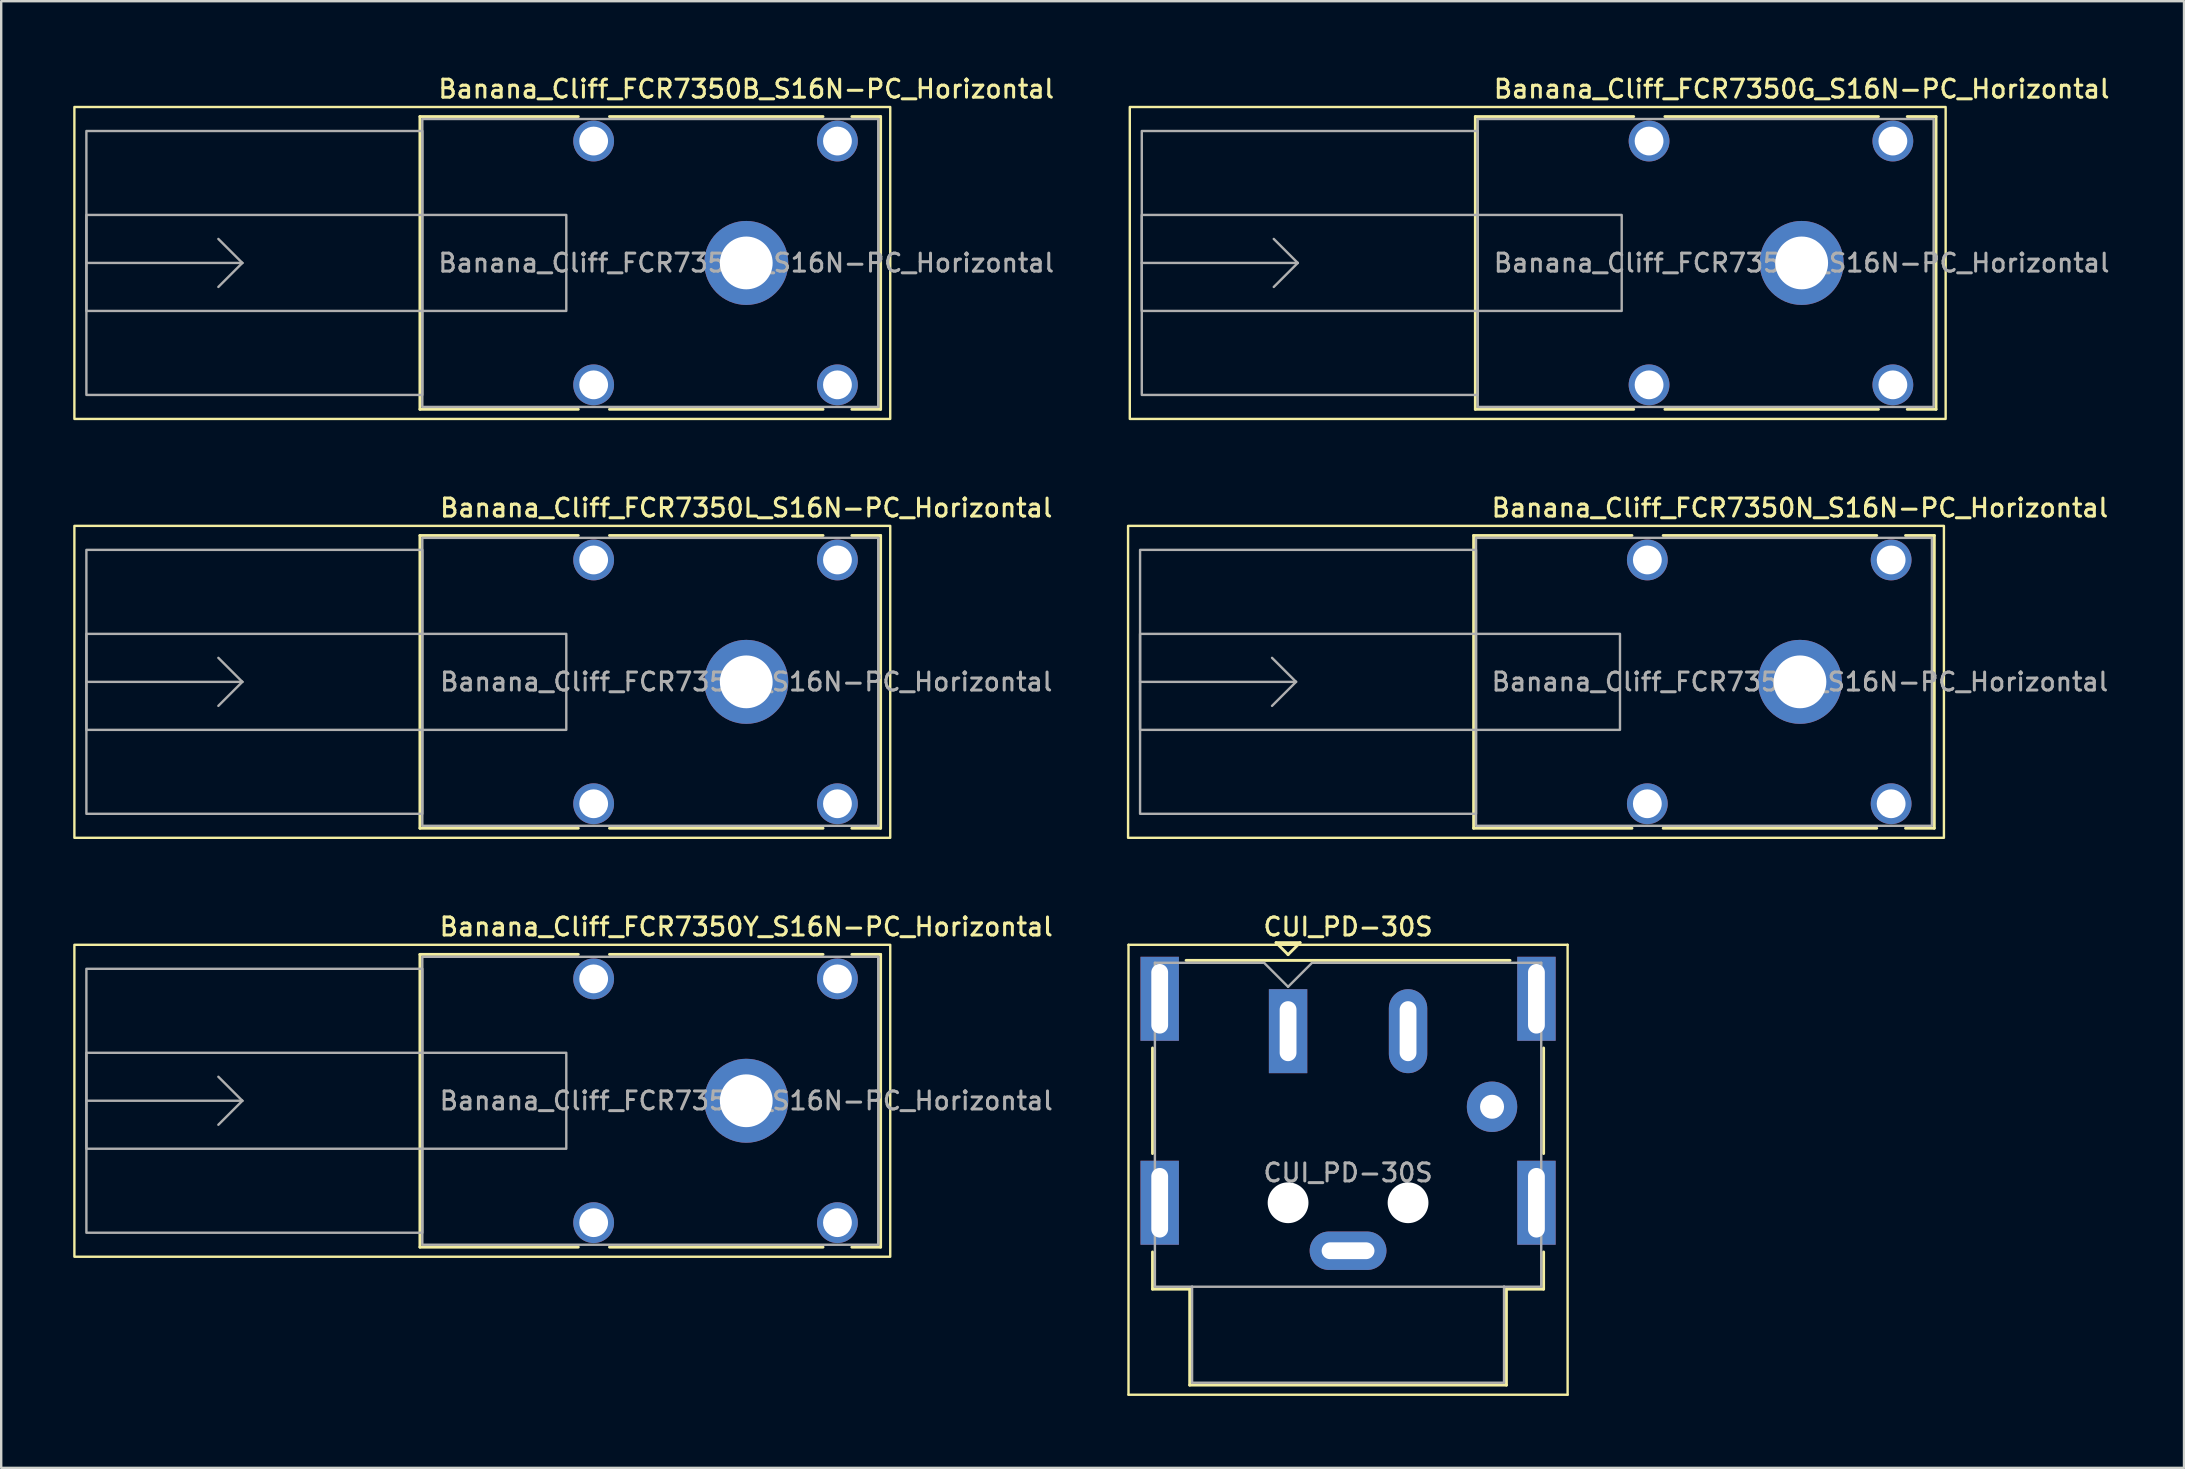
<source format=kicad_pcb>
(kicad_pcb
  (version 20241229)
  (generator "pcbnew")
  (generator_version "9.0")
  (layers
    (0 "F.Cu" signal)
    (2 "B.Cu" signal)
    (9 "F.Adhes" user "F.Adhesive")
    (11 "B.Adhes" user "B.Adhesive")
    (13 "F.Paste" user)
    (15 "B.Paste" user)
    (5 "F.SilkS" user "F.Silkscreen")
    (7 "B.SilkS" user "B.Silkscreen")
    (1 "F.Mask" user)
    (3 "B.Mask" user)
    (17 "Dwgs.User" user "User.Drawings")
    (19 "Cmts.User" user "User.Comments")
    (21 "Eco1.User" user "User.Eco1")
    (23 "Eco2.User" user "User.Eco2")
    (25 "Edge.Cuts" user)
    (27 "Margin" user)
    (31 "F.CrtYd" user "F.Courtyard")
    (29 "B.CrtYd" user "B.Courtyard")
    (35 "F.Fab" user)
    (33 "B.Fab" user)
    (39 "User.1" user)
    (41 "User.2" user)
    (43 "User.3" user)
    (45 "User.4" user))
  (footprint "Banana_Cliff_FCR7350G_S16N-PC_Horizontal"
    (layer "F.Cu")
    (at 72.034 7.908)
    (property "Reference" "Banana_Cliff_FCR7350G_S16N-PC_Horizontal" (at 0 -7.25 0) (layer "F.SilkS") (effects (font (size 0.75 0.75) (thickness 0.125))))
    (attr through_hole)
    (fp_line (start -13.6 -6.1) (end -13.6 6.1) (stroke (width 0.12) (type solid)) (layer "F.SilkS"))
    (fp_line (start -13.6 6.1) (end -7 6.1) (stroke (width 0.12) (type solid)) (layer "F.SilkS"))
    (fp_line (start -7 -6.1) (end -13.6 -6.1) (stroke (width 0.12) (type solid)) (layer "F.SilkS"))
    (fp_line (start -5.7 6.1) (end 3.2 6.1) (stroke (width 0.12) (type solid)) (layer "F.SilkS"))
    (fp_line (start 3.2 -6.1) (end -5.7 -6.1) (stroke (width 0.12) (type solid)) (layer "F.SilkS"))
    (fp_line (start 4.4 6.1) (end 5.6 6.1) (stroke (width 0.12) (type solid)) (layer "F.SilkS"))
    (fp_line (start 5.6 -6.1) (end 4.4 -6.1) (stroke (width 0.12) (type solid)) (layer "F.SilkS"))
    (fp_line (start 5.6 6.1) (end 5.6 -6.1) (stroke (width 0.12) (type solid)) (layer "F.SilkS"))
    (fp_rect (start 6 6.5) (end -28 -6.5) (stroke (width 0.1) (type solid)) (fill no) (layer "F.SilkS"))
    (fp_line (start -27.5 0) (end -21 0) (stroke (width 0.1) (type solid)) (layer "F.Fab"))
    (fp_line (start -21 0) (end -22 -1) (stroke (width 0.1) (type solid)) (layer "F.Fab"))
    (fp_line (start -21 0) (end -22 1) (stroke (width 0.1) (type solid)) (layer "F.Fab"))
    (fp_rect (start -27.5 -2) (end -7.5 2) (stroke (width 0.1) (type solid)) (fill no) (layer "F.Fab"))
    (fp_rect (start -13.5 -6) (end 5.5 6) (stroke (width 0.1) (type solid)) (fill no) (layer "F.Fab"))
    (fp_rect (start -13.5 -5.5) (end -27.5 5.5) (stroke (width 0.1) (type solid)) (fill no) (layer "F.Fab"))
    (fp_text user "${REFERENCE}" (at 0 0 0) (layer "F.Fab") (effects (font (size 0.75 0.75) (thickness 0.125))))
    (pad "" np_thru_hole circle (at -6.36 -5.08) (size 1.7 1.7) (drill 1.2) (layers "*.Cu" "*.Mask"))
    (pad "" np_thru_hole circle (at -6.36 5.08) (size 1.7 1.7) (drill 1.2) (layers "*.Cu" "*.Mask"))
    (pad "" np_thru_hole circle (at 3.8 -5.08) (size 1.7 1.7) (drill 1.2) (layers "*.Cu" "*.Mask"))
    (pad "" np_thru_hole circle (at 3.8 5.08) (size 1.7 1.7) (drill 1.2) (layers "*.Cu" "*.Mask"))
    (pad "1" thru_hole circle (at 0 0) (size 3.5 3.5) (drill 2.2) (layers "*.Cu" "*.Mask")))
  (footprint "Banana_Cliff_FCR7350L_S16N-PC_Horizontal"
    (layer "F.Cu")
    (at 28.05 25.366)
    (property "Reference" "Banana_Cliff_FCR7350L_S16N-PC_Horizontal" (at 0 -7.25 0) (layer "F.SilkS") (effects (font (size 0.75 0.75) (thickness 0.125))))
    (attr through_hole)
    (fp_line (start -13.6 -6.1) (end -13.6 6.1) (stroke (width 0.12) (type solid)) (layer "F.SilkS"))
    (fp_line (start -13.6 6.1) (end -7 6.1) (stroke (width 0.12) (type solid)) (layer "F.SilkS"))
    (fp_line (start -7 -6.1) (end -13.6 -6.1) (stroke (width 0.12) (type solid)) (layer "F.SilkS"))
    (fp_line (start -5.7 6.1) (end 3.2 6.1) (stroke (width 0.12) (type solid)) (layer "F.SilkS"))
    (fp_line (start 3.2 -6.1) (end -5.7 -6.1) (stroke (width 0.12) (type solid)) (layer "F.SilkS"))
    (fp_line (start 4.4 6.1) (end 5.6 6.1) (stroke (width 0.12) (type solid)) (layer "F.SilkS"))
    (fp_line (start 5.6 -6.1) (end 4.4 -6.1) (stroke (width 0.12) (type solid)) (layer "F.SilkS"))
    (fp_line (start 5.6 6.1) (end 5.6 -6.1) (stroke (width 0.12) (type solid)) (layer "F.SilkS"))
    (fp_rect (start 6 6.5) (end -28 -6.5) (stroke (width 0.1) (type solid)) (fill no) (layer "F.SilkS"))
    (fp_line (start -27.5 0) (end -21 0) (stroke (width 0.1) (type solid)) (layer "F.Fab"))
    (fp_line (start -21 0) (end -22 -1) (stroke (width 0.1) (type solid)) (layer "F.Fab"))
    (fp_line (start -21 0) (end -22 1) (stroke (width 0.1) (type solid)) (layer "F.Fab"))
    (fp_rect (start -27.5 -2) (end -7.5 2) (stroke (width 0.1) (type solid)) (fill no) (layer "F.Fab"))
    (fp_rect (start -13.5 -6) (end 5.5 6) (stroke (width 0.1) (type solid)) (fill no) (layer "F.Fab"))
    (fp_rect (start -13.5 -5.5) (end -27.5 5.5) (stroke (width 0.1) (type solid)) (fill no) (layer "F.Fab"))
    (fp_text user "${REFERENCE}" (at 0 0 0) (layer "F.Fab") (effects (font (size 0.75 0.75) (thickness 0.125))))
    (pad "" np_thru_hole circle (at -6.36 -5.08) (size 1.7 1.7) (drill 1.2) (layers "*.Cu" "*.Mask"))
    (pad "" np_thru_hole circle (at -6.36 5.08) (size 1.7 1.7) (drill 1.2) (layers "*.Cu" "*.Mask"))
    (pad "" np_thru_hole circle (at 3.8 -5.08) (size 1.7 1.7) (drill 1.2) (layers "*.Cu" "*.Mask"))
    (pad "" np_thru_hole circle (at 3.8 5.08) (size 1.7 1.7) (drill 1.2) (layers "*.Cu" "*.Mask"))
    (pad "1" thru_hole circle (at 0 0) (size 3.5 3.5) (drill 2.2) (layers "*.Cu" "*.Mask")))
  (footprint "Banana_Cliff_FCR7350N_S16N-PC_Horizontal"
    (layer "F.Cu")
    (at 71.962 25.366)
    (property "Reference" "Banana_Cliff_FCR7350N_S16N-PC_Horizontal" (at 0 -7.25 0) (layer "F.SilkS") (effects (font (size 0.75 0.75) (thickness 0.125))))
    (attr through_hole)
    (fp_line (start -13.6 -6.1) (end -13.6 6.1) (stroke (width 0.12) (type solid)) (layer "F.SilkS"))
    (fp_line (start -13.6 6.1) (end -7 6.1) (stroke (width 0.12) (type solid)) (layer "F.SilkS"))
    (fp_line (start -7 -6.1) (end -13.6 -6.1) (stroke (width 0.12) (type solid)) (layer "F.SilkS"))
    (fp_line (start -5.7 6.1) (end 3.2 6.1) (stroke (width 0.12) (type solid)) (layer "F.SilkS"))
    (fp_line (start 3.2 -6.1) (end -5.7 -6.1) (stroke (width 0.12) (type solid)) (layer "F.SilkS"))
    (fp_line (start 4.4 6.1) (end 5.6 6.1) (stroke (width 0.12) (type solid)) (layer "F.SilkS"))
    (fp_line (start 5.6 -6.1) (end 4.4 -6.1) (stroke (width 0.12) (type solid)) (layer "F.SilkS"))
    (fp_line (start 5.6 6.1) (end 5.6 -6.1) (stroke (width 0.12) (type solid)) (layer "F.SilkS"))
    (fp_rect (start 6 6.5) (end -28 -6.5) (stroke (width 0.1) (type solid)) (fill no) (layer "F.SilkS"))
    (fp_line (start -27.5 0) (end -21 0) (stroke (width 0.1) (type solid)) (layer "F.Fab"))
    (fp_line (start -21 0) (end -22 -1) (stroke (width 0.1) (type solid)) (layer "F.Fab"))
    (fp_line (start -21 0) (end -22 1) (stroke (width 0.1) (type solid)) (layer "F.Fab"))
    (fp_rect (start -27.5 -2) (end -7.5 2) (stroke (width 0.1) (type solid)) (fill no) (layer "F.Fab"))
    (fp_rect (start -13.5 -6) (end 5.5 6) (stroke (width 0.1) (type solid)) (fill no) (layer "F.Fab"))
    (fp_rect (start -13.5 -5.5) (end -27.5 5.5) (stroke (width 0.1) (type solid)) (fill no) (layer "F.Fab"))
    (fp_text user "${REFERENCE}" (at 0 0 0) (layer "F.Fab") (effects (font (size 0.75 0.75) (thickness 0.125))))
    (pad "" np_thru_hole circle (at -6.36 -5.08) (size 1.7 1.7) (drill 1.2) (layers "*.Cu" "*.Mask"))
    (pad "" np_thru_hole circle (at -6.36 5.08) (size 1.7 1.7) (drill 1.2) (layers "*.Cu" "*.Mask"))
    (pad "" np_thru_hole circle (at 3.8 -5.08) (size 1.7 1.7) (drill 1.2) (layers "*.Cu" "*.Mask"))
    (pad "" np_thru_hole circle (at 3.8 5.08) (size 1.7 1.7) (drill 1.2) (layers "*.Cu" "*.Mask"))
    (pad "1" thru_hole circle (at 0 0) (size 3.5 3.5) (drill 2.2) (layers "*.Cu" "*.Mask")))
  (footprint "Banana_Cliff_FCR7350B_S16N-PC_Horizontal"
    (layer "F.Cu")
    (at 28.05 7.908)
    (property "Reference" "Banana_Cliff_FCR7350B_S16N-PC_Horizontal" (at 0 -7.25 0) (layer "F.SilkS") (effects (font (size 0.75 0.75) (thickness 0.125))))
    (attr through_hole)
    (fp_line (start -13.6 -6.1) (end -13.6 6.1) (stroke (width 0.12) (type solid)) (layer "F.SilkS"))
    (fp_line (start -13.6 6.1) (end -7 6.1) (stroke (width 0.12) (type solid)) (layer "F.SilkS"))
    (fp_line (start -7 -6.1) (end -13.6 -6.1) (stroke (width 0.12) (type solid)) (layer "F.SilkS"))
    (fp_line (start -5.7 6.1) (end 3.2 6.1) (stroke (width 0.12) (type solid)) (layer "F.SilkS"))
    (fp_line (start 3.2 -6.1) (end -5.7 -6.1) (stroke (width 0.12) (type solid)) (layer "F.SilkS"))
    (fp_line (start 4.4 6.1) (end 5.6 6.1) (stroke (width 0.12) (type solid)) (layer "F.SilkS"))
    (fp_line (start 5.6 -6.1) (end 4.4 -6.1) (stroke (width 0.12) (type solid)) (layer "F.SilkS"))
    (fp_line (start 5.6 6.1) (end 5.6 -6.1) (stroke (width 0.12) (type solid)) (layer "F.SilkS"))
    (fp_rect (start 6 6.5) (end -28 -6.5) (stroke (width 0.1) (type solid)) (fill no) (layer "F.SilkS"))
    (fp_line (start -27.5 0) (end -21 0) (stroke (width 0.1) (type solid)) (layer "F.Fab"))
    (fp_line (start -21 0) (end -22 -1) (stroke (width 0.1) (type solid)) (layer "F.Fab"))
    (fp_line (start -21 0) (end -22 1) (stroke (width 0.1) (type solid)) (layer "F.Fab"))
    (fp_rect (start -27.5 -2) (end -7.5 2) (stroke (width 0.1) (type solid)) (fill no) (layer "F.Fab"))
    (fp_rect (start -13.5 -6) (end 5.5 6) (stroke (width 0.1) (type solid)) (fill no) (layer "F.Fab"))
    (fp_rect (start -13.5 -5.5) (end -27.5 5.5) (stroke (width 0.1) (type solid)) (fill no) (layer "F.Fab"))
    (fp_text user "${REFERENCE}" (at 0 0 0) (layer "F.Fab") (effects (font (size 0.75 0.75) (thickness 0.125))))
    (pad "" np_thru_hole circle (at -6.36 -5.08) (size 1.7 1.7) (drill 1.2) (layers "*.Cu" "*.Mask"))
    (pad "" np_thru_hole circle (at -6.36 5.08) (size 1.7 1.7) (drill 1.2) (layers "*.Cu" "*.Mask"))
    (pad "" np_thru_hole circle (at 3.8 -5.08) (size 1.7 1.7) (drill 1.2) (layers "*.Cu" "*.Mask"))
    (pad "" np_thru_hole circle (at 3.8 5.08) (size 1.7 1.7) (drill 1.2) (layers "*.Cu" "*.Mask"))
    (pad "1" thru_hole circle (at 0 0) (size 3.5 3.5) (drill 2.2) (layers "*.Cu" "*.Mask")))
  (footprint "Banana_Cliff_FCR7350Y_S16N-PC_Horizontal"
    (layer "F.Cu")
    (at 28.05 42.824)
    (property "Reference" "Banana_Cliff_FCR7350Y_S16N-PC_Horizontal" (at 0 -7.25 0) (layer "F.SilkS") (effects (font (size 0.75 0.75) (thickness 0.125))))
    (attr through_hole)
    (fp_line (start -13.6 -6.1) (end -13.6 6.1) (stroke (width 0.12) (type solid)) (layer "F.SilkS"))
    (fp_line (start -13.6 6.1) (end -7 6.1) (stroke (width 0.12) (type solid)) (layer "F.SilkS"))
    (fp_line (start -7 -6.1) (end -13.6 -6.1) (stroke (width 0.12) (type solid)) (layer "F.SilkS"))
    (fp_line (start -5.7 6.1) (end 3.2 6.1) (stroke (width 0.12) (type solid)) (layer "F.SilkS"))
    (fp_line (start 3.2 -6.1) (end -5.7 -6.1) (stroke (width 0.12) (type solid)) (layer "F.SilkS"))
    (fp_line (start 4.4 6.1) (end 5.6 6.1) (stroke (width 0.12) (type solid)) (layer "F.SilkS"))
    (fp_line (start 5.6 -6.1) (end 4.4 -6.1) (stroke (width 0.12) (type solid)) (layer "F.SilkS"))
    (fp_line (start 5.6 6.1) (end 5.6 -6.1) (stroke (width 0.12) (type solid)) (layer "F.SilkS"))
    (fp_rect (start 6 6.5) (end -28 -6.5) (stroke (width 0.1) (type solid)) (fill no) (layer "F.SilkS"))
    (fp_line (start -27.5 0) (end -21 0) (stroke (width 0.1) (type solid)) (layer "F.Fab"))
    (fp_line (start -21 0) (end -22 -1) (stroke (width 0.1) (type solid)) (layer "F.Fab"))
    (fp_line (start -21 0) (end -22 1) (stroke (width 0.1) (type solid)) (layer "F.Fab"))
    (fp_rect (start -27.5 -2) (end -7.5 2) (stroke (width 0.1) (type solid)) (fill no) (layer "F.Fab"))
    (fp_rect (start -13.5 -6) (end 5.5 6) (stroke (width 0.1) (type solid)) (fill no) (layer "F.Fab"))
    (fp_rect (start -13.5 -5.5) (end -27.5 5.5) (stroke (width 0.1) (type solid)) (fill no) (layer "F.Fab"))
    (fp_text user "${REFERENCE}" (at 0 0 0) (layer "F.Fab") (effects (font (size 0.75 0.75) (thickness 0.125))))
    (pad "" np_thru_hole circle (at -6.36 -5.08) (size 1.7 1.7) (drill 1.2) (layers "*.Cu" "*.Mask"))
    (pad "" np_thru_hole circle (at -6.36 5.08) (size 1.7 1.7) (drill 1.2) (layers "*.Cu" "*.Mask"))
    (pad "" np_thru_hole circle (at 3.8 -5.08) (size 1.7 1.7) (drill 1.2) (layers "*.Cu" "*.Mask"))
    (pad "" np_thru_hole circle (at 3.8 5.08) (size 1.7 1.7) (drill 1.2) (layers "*.Cu" "*.Mask"))
    (pad "1" thru_hole circle (at 0 0) (size 3.5 3.5) (drill 2.2) (layers "*.Cu" "*.Mask")))
  (footprint "CUI_PD-30S"
    (layer "F.Cu")
    (at 50.63 39.924)
    (property "Reference" "CUI_PD-30S" (at 2.5 -4.35 0) (layer "F.SilkS") (effects (font (size 0.75 0.75) (thickness 0.125))))
    (attr through_hole)
    (fp_line (start -6.65 -3.6) (end 11.65 -3.6) (stroke (width 0.1) (type solid)) (layer "F.SilkS"))
    (fp_line (start -6.65 15.15) (end -6.65 -3.6) (stroke (width 0.1) (type solid)) (layer "F.SilkS"))
    (fp_line (start -5.65 5.1) (end -5.65 0.7) (stroke (width 0.12) (type solid)) (layer "F.SilkS"))
    (fp_line (start -5.65 10.75) (end -5.65 9.2) (stroke (width 0.12) (type solid)) (layer "F.SilkS"))
    (fp_line (start -4.25 -2.95) (end 9.25 -2.95) (stroke (width 0.12) (type solid)) (layer "F.SilkS"))
    (fp_line (start -4.1 10.75) (end -5.65 10.75) (stroke (width 0.12) (type solid)) (layer "F.SilkS"))
    (fp_line (start -4.1 14.75) (end -4.1 10.75) (stroke (width 0.12) (type solid)) (layer "F.SilkS"))
    (fp_line (start -0.5 -3.69) (end 0.5 -3.69) (stroke (width 0.12) (type solid)) (layer "F.SilkS"))
    (fp_line (start 0 -3.19) (end -0.5 -3.69) (stroke (width 0.12) (type solid)) (layer "F.SilkS"))
    (fp_line (start 0.5 -3.69) (end 0 -3.19) (stroke (width 0.12) (type solid)) (layer "F.SilkS"))
    (fp_line (start 9.1 10.75) (end 9.1 14.75) (stroke (width 0.12) (type solid)) (layer "F.SilkS"))
    (fp_line (start 9.1 14.75) (end -4.1 14.75) (stroke (width 0.12) (type solid)) (layer "F.SilkS"))
    (fp_line (start 10.65 0.7) (end 10.65 5.1) (stroke (width 0.12) (type solid)) (layer "F.SilkS"))
    (fp_line (start 10.65 9.2) (end 10.65 10.75) (stroke (width 0.12) (type solid)) (layer "F.SilkS"))
    (fp_line (start 10.65 10.75) (end 9.1 10.75) (stroke (width 0.12) (type solid)) (layer "F.SilkS"))
    (fp_line (start 11.65 -3.6) (end 11.65 15.15) (stroke (width 0.1) (type solid)) (layer "F.SilkS"))
    (fp_line (start 11.65 15.15) (end -6.65 15.15) (stroke (width 0.1) (type solid)) (layer "F.SilkS"))
    (fp_line (start -5.55 -2.85) (end -1 -2.85) (stroke (width 0.1) (type solid)) (layer "F.Fab"))
    (fp_line (start -5.55 10.65) (end -5.55 -2.85) (stroke (width 0.1) (type solid)) (layer "F.Fab"))
    (fp_line (start -4 10.65) (end -5.55 10.65) (stroke (width 0.1) (type solid)) (layer "F.Fab"))
    (fp_line (start -4 10.65) (end 9 10.65) (stroke (width 0.1) (type solid)) (layer "F.Fab"))
    (fp_line (start -4 14.65) (end -4 10.65) (stroke (width 0.1) (type solid)) (layer "F.Fab"))
    (fp_line (start -1 -2.85) (end 0 -1.85) (stroke (width 0.1) (type solid)) (layer "F.Fab"))
    (fp_line (start 0 -1.85) (end 1 -2.85) (stroke (width 0.1) (type solid)) (layer "F.Fab"))
    (fp_line (start 1 -2.85) (end 10.55 -2.85) (stroke (width 0.1) (type solid)) (layer "F.Fab"))
    (fp_line (start 9 10.65) (end 9 14.65) (stroke (width 0.1) (type solid)) (layer "F.Fab"))
    (fp_line (start 9 14.65) (end -4 14.65) (stroke (width 0.1) (type solid)) (layer "F.Fab"))
    (fp_line (start 10.55 -2.85) (end 10.55 10.65) (stroke (width 0.1) (type solid)) (layer "F.Fab"))
    (fp_line (start 10.55 10.65) (end 9 10.65) (stroke (width 0.1) (type solid)) (layer "F.Fab"))
    (fp_text user "${REFERENCE}" (at 2.5 5.9 0) (layer "F.Fab") (effects (font (size 0.75 0.75) (thickness 0.125))))
    (pad "" np_thru_hole circle (at 0 7.15) (size 1.7 1.7) (drill 1.7) (layers "*.Cu" "*.Mask"))
    (pad "" np_thru_hole circle (at 5 7.15) (size 1.7 1.7) (drill 1.7) (layers "*.Cu" "*.Mask"))
    (pad "1" thru_hole rect (at 0 0) (size 1.6 3.5) (drill oval 0.7 2.5) (layers "*.Cu" "*.Mask"))
    (pad "2" thru_hole oval (at 5 0) (size 1.6 3.5) (drill oval 0.7 2.5) (layers "*.Cu" "*.Mask"))
    (pad "3" thru_hole circle (at 8.5 3.15) (size 2.1 2.1) (drill 1) (layers "*.Cu" "*.Mask"))
    (pad "4" thru_hole oval (at 2.5 9.15) (size 3.2 1.6) (drill oval 2.2 0.7) (layers "*.Cu" "*.Mask"))
    (pad "SH" thru_hole rect (at -5.35 -1.35) (size 1.6 3.5) (drill oval 0.7 2.9) (layers "*.Cu" "*.Mask"))
    (pad "SH" thru_hole rect (at -5.35 7.15) (size 1.6 3.5) (drill oval 0.7 2.9) (layers "*.Cu" "*.Mask"))
    (pad "SH" thru_hole rect (at 10.35 -1.35) (size 1.6 3.5) (drill oval 0.7 2.9) (layers "*.Cu" "*.Mask"))
    (pad "SH" thru_hole rect (at 10.35 7.15) (size 1.6 3.5) (drill oval 0.7 2.9) (layers "*.Cu" "*.Mask")))
  (gr_rect
    (start -3 -3)
    (end 87.968 58.124)
    (stroke (width 0.1) (type default))
    (fill no)
    (layer "Edge.Cuts")))
</source>
